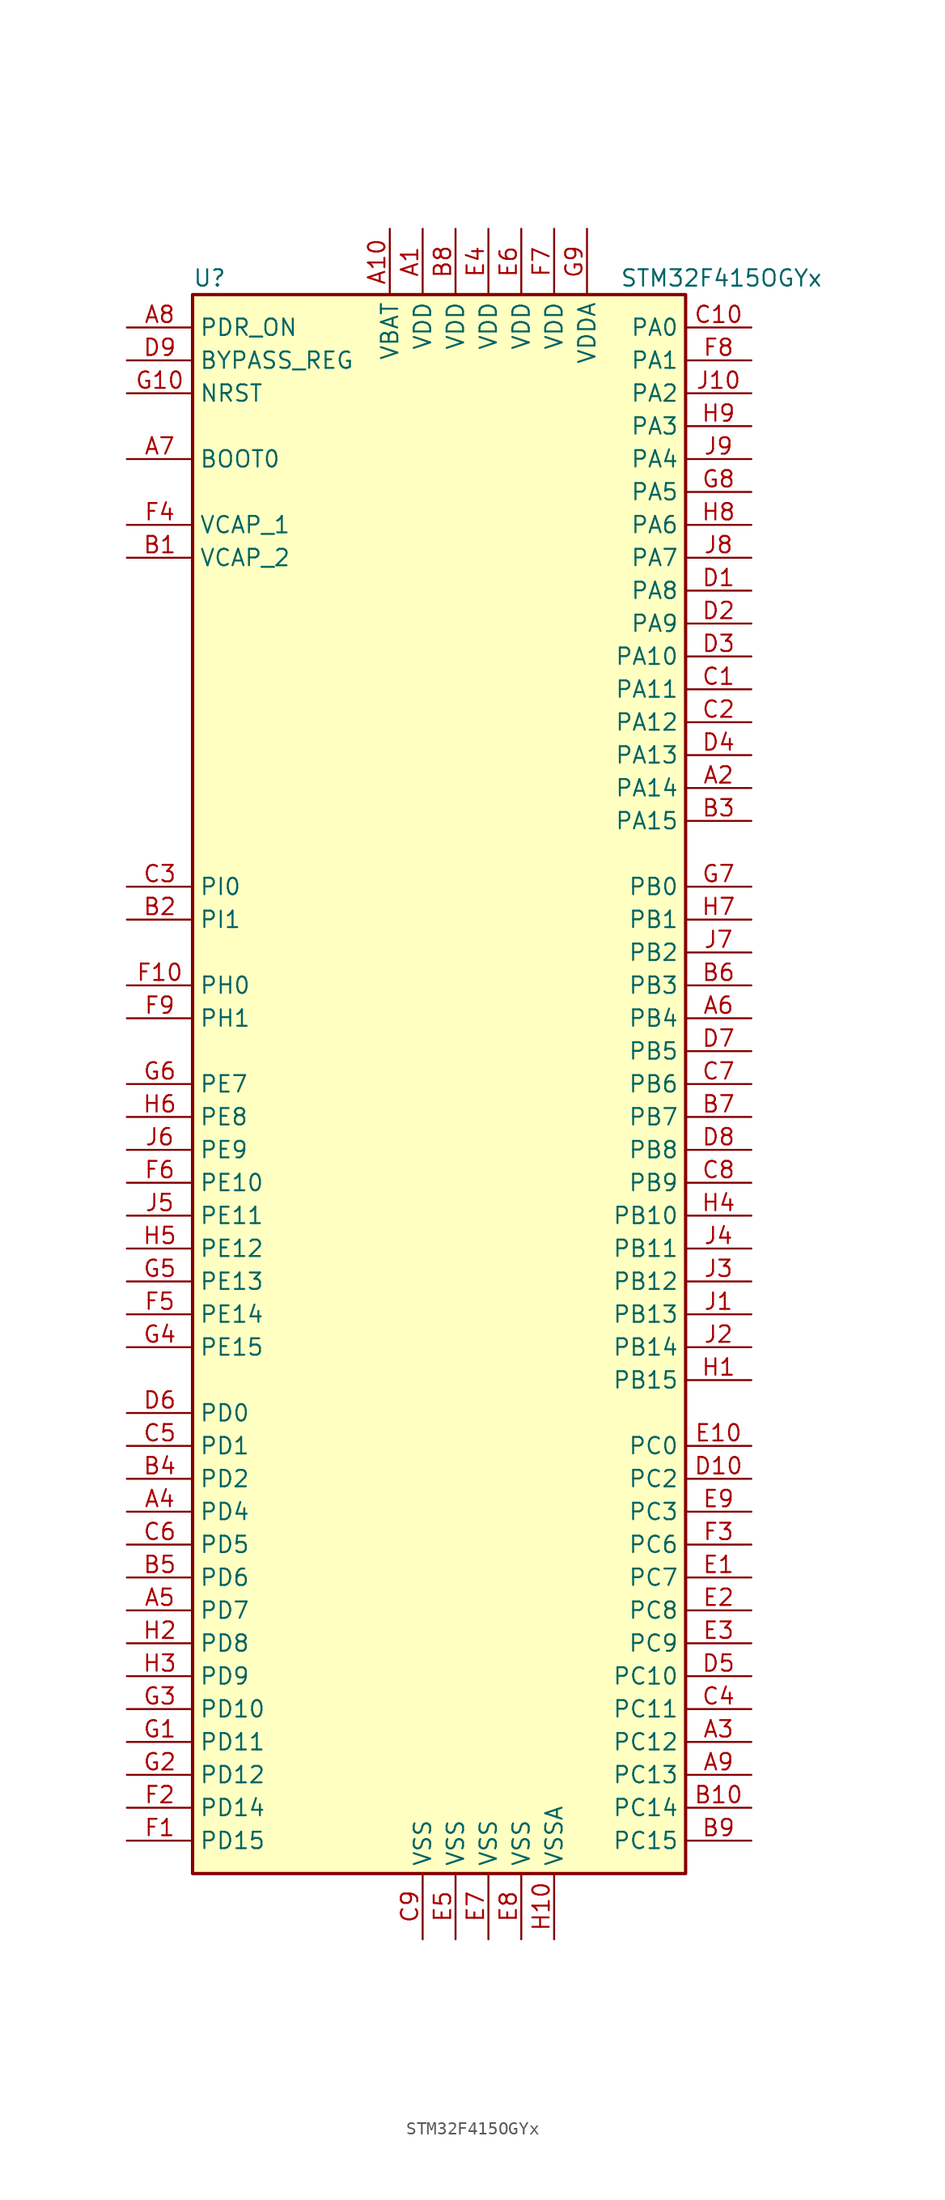
<source format=kicad_sym>
(kicad_symbol_lib
  (version 20201005)
  (generator kicad_symbol_editor)
  (symbol "STM32F415OGYx"
    (property "Reference" "U"
      (at -20.32 62.23 0)
      (effects (font (size 1.27 1.27)) (justify left)))
    (property "Value" "STM32F415OGYx"
      (at 12.7 62.23 0)
      (effects (font (size 1.27 1.27)) (justify left)))
    (symbol "STM32F415OGYx_0_1"
      (rectangle (start -20.32 -60.96) (end 17.78 60.96) (stroke (width 0.254)) (fill (type background))))
    (symbol "STM32F415OGYx_1_1"
      (pin input line (at -25.4 48.26 0) (length 5.08) (name "BOOT0" (effects (font (size 1.27 1.27)))) (number "A7" (effects (font (size 1.27 1.27)))))
      (pin input line (at -25.4 55.88 0) (length 5.08) (name "BYPASS_REG" (effects (font (size 1.27 1.27)))) (number "D9" (effects (font (size 1.27 1.27)))))
      (pin input line (at -25.4 53.34 0) (length 5.08) (name "NRST" (effects (font (size 1.27 1.27)))) (number "G10" (effects (font (size 1.27 1.27)))))
      (pin bidirectional line (at 22.86 58.42 180) (length 5.08) (name "PA0" (effects (font (size 1.27 1.27)))) (number "C10" (effects (font (size 1.27 1.27)))))
      (pin bidirectional line (at 22.86 55.88 180) (length 5.08) (name "PA1" (effects (font (size 1.27 1.27)))) (number "F8" (effects (font (size 1.27 1.27)))))
      (pin bidirectional line (at 22.86 33.02 180) (length 5.08) (name "PA10" (effects (font (size 1.27 1.27)))) (number "D3" (effects (font (size 1.27 1.27)))))
      (pin bidirectional line (at 22.86 30.48 180) (length 5.08) (name "PA11" (effects (font (size 1.27 1.27)))) (number "C1" (effects (font (size 1.27 1.27)))))
      (pin bidirectional line (at 22.86 27.94 180) (length 5.08) (name "PA12" (effects (font (size 1.27 1.27)))) (number "C2" (effects (font (size 1.27 1.27)))))
      (pin bidirectional line (at 22.86 25.4 180) (length 5.08) (name "PA13" (effects (font (size 1.27 1.27)))) (number "D4" (effects (font (size 1.27 1.27)))))
      (pin bidirectional line (at 22.86 22.86 180) (length 5.08) (name "PA14" (effects (font (size 1.27 1.27)))) (number "A2" (effects (font (size 1.27 1.27)))))
      (pin bidirectional line (at 22.86 20.32 180) (length 5.08) (name "PA15" (effects (font (size 1.27 1.27)))) (number "B3" (effects (font (size 1.27 1.27)))))
      (pin bidirectional line (at 22.86 53.34 180) (length 5.08) (name "PA2" (effects (font (size 1.27 1.27)))) (number "J10" (effects (font (size 1.27 1.27)))))
      (pin bidirectional line (at 22.86 50.8 180) (length 5.08) (name "PA3" (effects (font (size 1.27 1.27)))) (number "H9" (effects (font (size 1.27 1.27)))))
      (pin bidirectional line (at 22.86 48.26 180) (length 5.08) (name "PA4" (effects (font (size 1.27 1.27)))) (number "J9" (effects (font (size 1.27 1.27)))))
      (pin bidirectional line (at 22.86 45.72 180) (length 5.08) (name "PA5" (effects (font (size 1.27 1.27)))) (number "G8" (effects (font (size 1.27 1.27)))))
      (pin bidirectional line (at 22.86 43.18 180) (length 5.08) (name "PA6" (effects (font (size 1.27 1.27)))) (number "H8" (effects (font (size 1.27 1.27)))))
      (pin bidirectional line (at 22.86 40.64 180) (length 5.08) (name "PA7" (effects (font (size 1.27 1.27)))) (number "J8" (effects (font (size 1.27 1.27)))))
      (pin bidirectional line (at 22.86 38.1 180) (length 5.08) (name "PA8" (effects (font (size 1.27 1.27)))) (number "D1" (effects (font (size 1.27 1.27)))))
      (pin bidirectional line (at 22.86 35.56 180) (length 5.08) (name "PA9" (effects (font (size 1.27 1.27)))) (number "D2" (effects (font (size 1.27 1.27)))))
      (pin bidirectional line (at 22.86 15.24 180) (length 5.08) (name "PB0" (effects (font (size 1.27 1.27)))) (number "G7" (effects (font (size 1.27 1.27)))))
      (pin bidirectional line (at 22.86 12.7 180) (length 5.08) (name "PB1" (effects (font (size 1.27 1.27)))) (number "H7" (effects (font (size 1.27 1.27)))))
      (pin bidirectional line (at 22.86 -10.16 180) (length 5.08) (name "PB10" (effects (font (size 1.27 1.27)))) (number "H4" (effects (font (size 1.27 1.27)))))
      (pin bidirectional line (at 22.86 -12.7 180) (length 5.08) (name "PB11" (effects (font (size 1.27 1.27)))) (number "J4" (effects (font (size 1.27 1.27)))))
      (pin bidirectional line (at 22.86 -15.24 180) (length 5.08) (name "PB12" (effects (font (size 1.27 1.27)))) (number "J3" (effects (font (size 1.27 1.27)))))
      (pin bidirectional line (at 22.86 -17.78 180) (length 5.08) (name "PB13" (effects (font (size 1.27 1.27)))) (number "J1" (effects (font (size 1.27 1.27)))))
      (pin bidirectional line (at 22.86 -20.32 180) (length 5.08) (name "PB14" (effects (font (size 1.27 1.27)))) (number "J2" (effects (font (size 1.27 1.27)))))
      (pin bidirectional line (at 22.86 -22.86 180) (length 5.08) (name "PB15" (effects (font (size 1.27 1.27)))) (number "H1" (effects (font (size 1.27 1.27)))))
      (pin bidirectional line (at 22.86 10.16 180) (length 5.08) (name "PB2" (effects (font (size 1.27 1.27)))) (number "J7" (effects (font (size 1.27 1.27)))))
      (pin bidirectional line (at 22.86 7.62 180) (length 5.08) (name "PB3" (effects (font (size 1.27 1.27)))) (number "B6" (effects (font (size 1.27 1.27)))))
      (pin bidirectional line (at 22.86 5.08 180) (length 5.08) (name "PB4" (effects (font (size 1.27 1.27)))) (number "A6" (effects (font (size 1.27 1.27)))))
      (pin bidirectional line (at 22.86 2.54 180) (length 5.08) (name "PB5" (effects (font (size 1.27 1.27)))) (number "D7" (effects (font (size 1.27 1.27)))))
      (pin bidirectional line (at 22.86 0 180) (length 5.08) (name "PB6" (effects (font (size 1.27 1.27)))) (number "C7" (effects (font (size 1.27 1.27)))))
      (pin bidirectional line (at 22.86 -2.54 180) (length 5.08) (name "PB7" (effects (font (size 1.27 1.27)))) (number "B7" (effects (font (size 1.27 1.27)))))
      (pin bidirectional line (at 22.86 -5.08 180) (length 5.08) (name "PB8" (effects (font (size 1.27 1.27)))) (number "D8" (effects (font (size 1.27 1.27)))))
      (pin bidirectional line (at 22.86 -7.62 180) (length 5.08) (name "PB9" (effects (font (size 1.27 1.27)))) (number "C8" (effects (font (size 1.27 1.27)))))
      (pin bidirectional line (at 22.86 -27.94 180) (length 5.08) (name "PC0" (effects (font (size 1.27 1.27)))) (number "E10" (effects (font (size 1.27 1.27)))))
      (pin bidirectional line (at 22.86 -45.72 180) (length 5.08) (name "PC10" (effects (font (size 1.27 1.27)))) (number "D5" (effects (font (size 1.27 1.27)))))
      (pin bidirectional line (at 22.86 -48.26 180) (length 5.08) (name "PC11" (effects (font (size 1.27 1.27)))) (number "C4" (effects (font (size 1.27 1.27)))))
      (pin bidirectional line (at 22.86 -50.8 180) (length 5.08) (name "PC12" (effects (font (size 1.27 1.27)))) (number "A3" (effects (font (size 1.27 1.27)))))
      (pin bidirectional line (at 22.86 -53.34 180) (length 5.08) (name "PC13" (effects (font (size 1.27 1.27)))) (number "A9" (effects (font (size 1.27 1.27)))))
      (pin bidirectional line (at 22.86 -55.88 180) (length 5.08) (name "PC14" (effects (font (size 1.27 1.27)))) (number "B10" (effects (font (size 1.27 1.27)))))
      (pin bidirectional line (at 22.86 -58.42 180) (length 5.08) (name "PC15" (effects (font (size 1.27 1.27)))) (number "B9" (effects (font (size 1.27 1.27)))))
      (pin bidirectional line (at 22.86 -30.48 180) (length 5.08) (name "PC2" (effects (font (size 1.27 1.27)))) (number "D10" (effects (font (size 1.27 1.27)))))
      (pin bidirectional line (at 22.86 -33.02 180) (length 5.08) (name "PC3" (effects (font (size 1.27 1.27)))) (number "E9" (effects (font (size 1.27 1.27)))))
      (pin bidirectional line (at 22.86 -35.56 180) (length 5.08) (name "PC6" (effects (font (size 1.27 1.27)))) (number "F3" (effects (font (size 1.27 1.27)))))
      (pin bidirectional line (at 22.86 -38.1 180) (length 5.08) (name "PC7" (effects (font (size 1.27 1.27)))) (number "E1" (effects (font (size 1.27 1.27)))))
      (pin bidirectional line (at 22.86 -40.64 180) (length 5.08) (name "PC8" (effects (font (size 1.27 1.27)))) (number "E2" (effects (font (size 1.27 1.27)))))
      (pin bidirectional line (at 22.86 -43.18 180) (length 5.08) (name "PC9" (effects (font (size 1.27 1.27)))) (number "E3" (effects (font (size 1.27 1.27)))))
      (pin bidirectional line (at -25.4 -25.4 0) (length 5.08) (name "PD0" (effects (font (size 1.27 1.27)))) (number "D6" (effects (font (size 1.27 1.27)))))
      (pin bidirectional line (at -25.4 -27.94 0) (length 5.08) (name "PD1" (effects (font (size 1.27 1.27)))) (number "C5" (effects (font (size 1.27 1.27)))))
      (pin bidirectional line (at -25.4 -48.26 0) (length 5.08) (name "PD10" (effects (font (size 1.27 1.27)))) (number "G3" (effects (font (size 1.27 1.27)))))
      (pin bidirectional line (at -25.4 -50.8 0) (length 5.08) (name "PD11" (effects (font (size 1.27 1.27)))) (number "G1" (effects (font (size 1.27 1.27)))))
      (pin bidirectional line (at -25.4 -53.34 0) (length 5.08) (name "PD12" (effects (font (size 1.27 1.27)))) (number "G2" (effects (font (size 1.27 1.27)))))
      (pin bidirectional line (at -25.4 -55.88 0) (length 5.08) (name "PD14" (effects (font (size 1.27 1.27)))) (number "F2" (effects (font (size 1.27 1.27)))))
      (pin bidirectional line (at -25.4 -58.42 0) (length 5.08) (name "PD15" (effects (font (size 1.27 1.27)))) (number "F1" (effects (font (size 1.27 1.27)))))
      (pin bidirectional line (at -25.4 -30.48 0) (length 5.08) (name "PD2" (effects (font (size 1.27 1.27)))) (number "B4" (effects (font (size 1.27 1.27)))))
      (pin bidirectional line (at -25.4 -33.02 0) (length 5.08) (name "PD4" (effects (font (size 1.27 1.27)))) (number "A4" (effects (font (size 1.27 1.27)))))
      (pin bidirectional line (at -25.4 -35.56 0) (length 5.08) (name "PD5" (effects (font (size 1.27 1.27)))) (number "C6" (effects (font (size 1.27 1.27)))))
      (pin bidirectional line (at -25.4 -38.1 0) (length 5.08) (name "PD6" (effects (font (size 1.27 1.27)))) (number "B5" (effects (font (size 1.27 1.27)))))
      (pin bidirectional line (at -25.4 -40.64 0) (length 5.08) (name "PD7" (effects (font (size 1.27 1.27)))) (number "A5" (effects (font (size 1.27 1.27)))))
      (pin bidirectional line (at -25.4 -43.18 0) (length 5.08) (name "PD8" (effects (font (size 1.27 1.27)))) (number "H2" (effects (font (size 1.27 1.27)))))
      (pin bidirectional line (at -25.4 -45.72 0) (length 5.08) (name "PD9" (effects (font (size 1.27 1.27)))) (number "H3" (effects (font (size 1.27 1.27)))))
      (pin input line (at -25.4 58.42 0) (length 5.08) (name "PDR_ON" (effects (font (size 1.27 1.27)))) (number "A8" (effects (font (size 1.27 1.27)))))
      (pin bidirectional line (at -25.4 -7.62 0) (length 5.08) (name "PE10" (effects (font (size 1.27 1.27)))) (number "F6" (effects (font (size 1.27 1.27)))))
      (pin bidirectional line (at -25.4 -10.16 0) (length 5.08) (name "PE11" (effects (font (size 1.27 1.27)))) (number "J5" (effects (font (size 1.27 1.27)))))
      (pin bidirectional line (at -25.4 -12.7 0) (length 5.08) (name "PE12" (effects (font (size 1.27 1.27)))) (number "H5" (effects (font (size 1.27 1.27)))))
      (pin bidirectional line (at -25.4 -15.24 0) (length 5.08) (name "PE13" (effects (font (size 1.27 1.27)))) (number "G5" (effects (font (size 1.27 1.27)))))
      (pin bidirectional line (at -25.4 -17.78 0) (length 5.08) (name "PE14" (effects (font (size 1.27 1.27)))) (number "F5" (effects (font (size 1.27 1.27)))))
      (pin bidirectional line (at -25.4 -20.32 0) (length 5.08) (name "PE15" (effects (font (size 1.27 1.27)))) (number "G4" (effects (font (size 1.27 1.27)))))
      (pin bidirectional line (at -25.4 0 0) (length 5.08) (name "PE7" (effects (font (size 1.27 1.27)))) (number "G6" (effects (font (size 1.27 1.27)))))
      (pin bidirectional line (at -25.4 -2.54 0) (length 5.08) (name "PE8" (effects (font (size 1.27 1.27)))) (number "H6" (effects (font (size 1.27 1.27)))))
      (pin bidirectional line (at -25.4 -5.08 0) (length 5.08) (name "PE9" (effects (font (size 1.27 1.27)))) (number "J6" (effects (font (size 1.27 1.27)))))
      (pin input line (at -25.4 7.62 0) (length 5.08) (name "PH0" (effects (font (size 1.27 1.27)))) (number "F10" (effects (font (size 1.27 1.27)))))
      (pin input line (at -25.4 5.08 0) (length 5.08) (name "PH1" (effects (font (size 1.27 1.27)))) (number "F9" (effects (font (size 1.27 1.27)))))
      (pin bidirectional line (at -25.4 15.24 0) (length 5.08) (name "PI0" (effects (font (size 1.27 1.27)))) (number "C3" (effects (font (size 1.27 1.27)))))
      (pin bidirectional line (at -25.4 12.7 0) (length 5.08) (name "PI1" (effects (font (size 1.27 1.27)))) (number "B2" (effects (font (size 1.27 1.27)))))
      (pin power_in line (at -5.08 66.04 270) (length 5.08) (name "VBAT" (effects (font (size 1.27 1.27)))) (number "A10" (effects (font (size 1.27 1.27)))))
      (pin power_in line (at -25.4 43.18 0) (length 5.08) (name "VCAP_1" (effects (font (size 1.27 1.27)))) (number "F4" (effects (font (size 1.27 1.27)))))
      (pin power_in line (at -25.4 40.64 0) (length 5.08) (name "VCAP_2" (effects (font (size 1.27 1.27)))) (number "B1" (effects (font (size 1.27 1.27)))))
      (pin power_in line (at -2.54 66.04 270) (length 5.08) (name "VDD" (effects (font (size 1.27 1.27)))) (number "A1" (effects (font (size 1.27 1.27)))))
      (pin power_in line (at 0 66.04 270) (length 5.08) (name "VDD" (effects (font (size 1.27 1.27)))) (number "B8" (effects (font (size 1.27 1.27)))))
      (pin power_in line (at 2.54 66.04 270) (length 5.08) (name "VDD" (effects (font (size 1.27 1.27)))) (number "E4" (effects (font (size 1.27 1.27)))))
      (pin power_in line (at 5.08 66.04 270) (length 5.08) (name "VDD" (effects (font (size 1.27 1.27)))) (number "E6" (effects (font (size 1.27 1.27)))))
      (pin power_in line (at 7.62 66.04 270) (length 5.08) (name "VDD" (effects (font (size 1.27 1.27)))) (number "F7" (effects (font (size 1.27 1.27)))))
      (pin power_in line (at 10.16 66.04 270) (length 5.08) (name "VDDA" (effects (font (size 1.27 1.27)))) (number "G9" (effects (font (size 1.27 1.27)))))
      (pin power_in line (at -2.54 -66.04 90) (length 5.08) (name "VSS" (effects (font (size 1.27 1.27)))) (number "C9" (effects (font (size 1.27 1.27)))))
      (pin power_in line (at 0 -66.04 90) (length 5.08) (name "VSS" (effects (font (size 1.27 1.27)))) (number "E5" (effects (font (size 1.27 1.27)))))
      (pin power_in line (at 2.54 -66.04 90) (length 5.08) (name "VSS" (effects (font (size 1.27 1.27)))) (number "E7" (effects (font (size 1.27 1.27)))))
      (pin power_in line (at 5.08 -66.04 90) (length 5.08) (name "VSS" (effects (font (size 1.27 1.27)))) (number "E8" (effects (font (size 1.27 1.27)))))
      (pin power_in line (at 7.62 -66.04 90) (length 5.08) (name "VSSA" (effects (font (size 1.27 1.27)))) (number "H10" (effects (font (size 1.27 1.27))))))))
</source>
